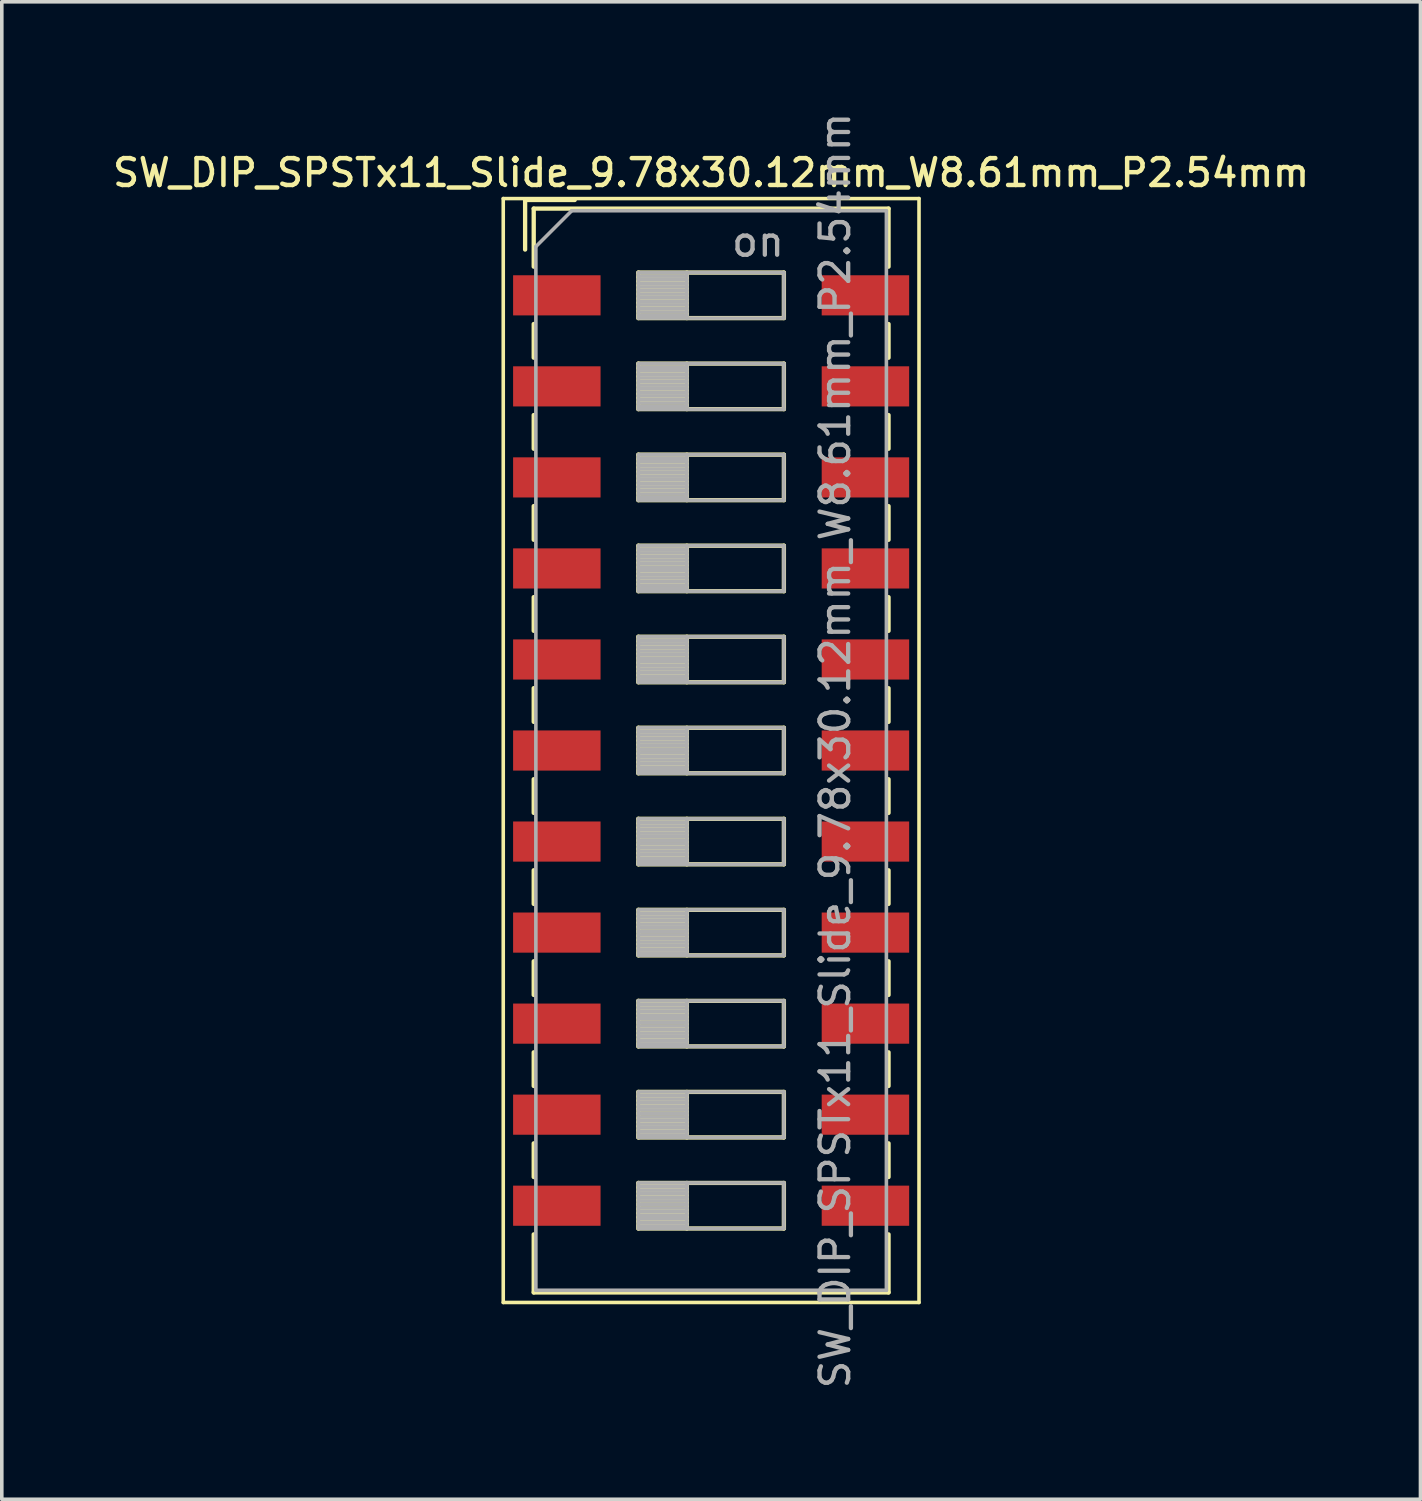
<source format=kicad_pcb>
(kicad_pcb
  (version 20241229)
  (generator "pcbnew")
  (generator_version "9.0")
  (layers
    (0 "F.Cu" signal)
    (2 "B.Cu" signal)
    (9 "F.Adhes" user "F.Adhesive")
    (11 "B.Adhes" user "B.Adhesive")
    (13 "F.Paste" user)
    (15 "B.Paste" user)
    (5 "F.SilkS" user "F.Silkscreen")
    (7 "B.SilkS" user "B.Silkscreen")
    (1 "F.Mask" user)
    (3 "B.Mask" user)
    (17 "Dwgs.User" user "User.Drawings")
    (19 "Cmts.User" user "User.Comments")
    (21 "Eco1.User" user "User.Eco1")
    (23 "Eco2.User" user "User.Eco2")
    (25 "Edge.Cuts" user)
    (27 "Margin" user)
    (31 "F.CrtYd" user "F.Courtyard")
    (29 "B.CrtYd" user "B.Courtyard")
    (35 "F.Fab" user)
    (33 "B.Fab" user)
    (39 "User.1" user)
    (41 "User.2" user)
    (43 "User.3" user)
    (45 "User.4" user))
  (footprint "SW_DIP_SPSTx11_Slide_9.78x30.12mm_W8.61mm_P2.54mm"
    (layer "F.Cu")
    (at 16.791 17.89)
    (property "Reference" "SW_DIP_SPSTx11_Slide_9.78x30.12mm_W8.61mm_P2.54mm" (at 0 -16.12 0) (layer "F.SilkS") (effects (font (size 0.75 0.75) (thickness 0.125))))
    (attr smd)
    (fp_line (start -5.8 -15.4) (end -5.8 15.4) (stroke (width 0.1) (type solid)) (layer "F.SilkS"))
    (fp_line (start -5.8 15.4) (end 5.8 15.4) (stroke (width 0.1) (type solid)) (layer "F.SilkS"))
    (fp_line (start -5.19 -15.36) (end -5.19 -13.977) (stroke (width 0.12) (type solid)) (layer "F.SilkS"))
    (fp_line (start -5.19 -15.36) (end -3.806 -15.36) (stroke (width 0.12) (type solid)) (layer "F.SilkS"))
    (fp_line (start -4.95 -15.12) (end -4.95 -13.5) (stroke (width 0.12) (type solid)) (layer "F.SilkS"))
    (fp_line (start -4.95 -15.12) (end 4.95 -15.12) (stroke (width 0.12) (type solid)) (layer "F.SilkS"))
    (fp_line (start -4.95 -11.9) (end -4.95 -10.96) (stroke (width 0.12) (type solid)) (layer "F.SilkS"))
    (fp_line (start -4.95 -9.36) (end -4.95 -8.42) (stroke (width 0.12) (type solid)) (layer "F.SilkS"))
    (fp_line (start -4.95 -6.82) (end -4.95 -5.88) (stroke (width 0.12) (type solid)) (layer "F.SilkS"))
    (fp_line (start -4.95 -4.28) (end -4.95 -3.34) (stroke (width 0.12) (type solid)) (layer "F.SilkS"))
    (fp_line (start -4.95 -1.74) (end -4.95 -0.8) (stroke (width 0.12) (type solid)) (layer "F.SilkS"))
    (fp_line (start -4.95 0.8) (end -4.95 1.74) (stroke (width 0.12) (type solid)) (layer "F.SilkS"))
    (fp_line (start -4.95 3.34) (end -4.95 4.28) (stroke (width 0.12) (type solid)) (layer "F.SilkS"))
    (fp_line (start -4.95 5.88) (end -4.95 6.82) (stroke (width 0.12) (type solid)) (layer "F.SilkS"))
    (fp_line (start -4.95 8.42) (end -4.95 9.36) (stroke (width 0.12) (type solid)) (layer "F.SilkS"))
    (fp_line (start -4.95 10.96) (end -4.95 11.9) (stroke (width 0.12) (type solid)) (layer "F.SilkS"))
    (fp_line (start -4.95 13.5) (end -4.95 15.12) (stroke (width 0.12) (type solid)) (layer "F.SilkS"))
    (fp_line (start -4.95 15.12) (end 4.95 15.12) (stroke (width 0.12) (type solid)) (layer "F.SilkS"))
    (fp_line (start -2.03 -13.335) (end -2.03 -12.065) (stroke (width 0.12) (type solid)) (layer "F.SilkS"))
    (fp_line (start -2.03 -13.215) (end -0.677 -13.215) (stroke (width 0.12) (type solid)) (layer "F.SilkS"))
    (fp_line (start -2.03 -13.095) (end -0.677 -13.095) (stroke (width 0.12) (type solid)) (layer "F.SilkS"))
    (fp_line (start -2.03 -12.975) (end -0.677 -12.975) (stroke (width 0.12) (type solid)) (layer "F.SilkS"))
    (fp_line (start -2.03 -12.855) (end -0.677 -12.855) (stroke (width 0.12) (type solid)) (layer "F.SilkS"))
    (fp_line (start -2.03 -12.735) (end -0.677 -12.735) (stroke (width 0.12) (type solid)) (layer "F.SilkS"))
    (fp_line (start -2.03 -12.615) (end -0.677 -12.615) (stroke (width 0.12) (type solid)) (layer "F.SilkS"))
    (fp_line (start -2.03 -12.495) (end -0.677 -12.495) (stroke (width 0.12) (type solid)) (layer "F.SilkS"))
    (fp_line (start -2.03 -12.375) (end -0.677 -12.375) (stroke (width 0.12) (type solid)) (layer "F.SilkS"))
    (fp_line (start -2.03 -12.255) (end -0.677 -12.255) (stroke (width 0.12) (type solid)) (layer "F.SilkS"))
    (fp_line (start -2.03 -12.135) (end -0.677 -12.135) (stroke (width 0.12) (type solid)) (layer "F.SilkS"))
    (fp_line (start -2.03 -12.065) (end 2.03 -12.065) (stroke (width 0.12) (type solid)) (layer "F.SilkS"))
    (fp_line (start -2.03 -10.795) (end -2.03 -9.525) (stroke (width 0.12) (type solid)) (layer "F.SilkS"))
    (fp_line (start -2.03 -10.675) (end -0.677 -10.675) (stroke (width 0.12) (type solid)) (layer "F.SilkS"))
    (fp_line (start -2.03 -10.555) (end -0.677 -10.555) (stroke (width 0.12) (type solid)) (layer "F.SilkS"))
    (fp_line (start -2.03 -10.435) (end -0.677 -10.435) (stroke (width 0.12) (type solid)) (layer "F.SilkS"))
    (fp_line (start -2.03 -10.315) (end -0.677 -10.315) (stroke (width 0.12) (type solid)) (layer "F.SilkS"))
    (fp_line (start -2.03 -10.195) (end -0.677 -10.195) (stroke (width 0.12) (type solid)) (layer "F.SilkS"))
    (fp_line (start -2.03 -10.075) (end -0.677 -10.075) (stroke (width 0.12) (type solid)) (layer "F.SilkS"))
    (fp_line (start -2.03 -9.955) (end -0.677 -9.955) (stroke (width 0.12) (type solid)) (layer "F.SilkS"))
    (fp_line (start -2.03 -9.835) (end -0.677 -9.835) (stroke (width 0.12) (type solid)) (layer "F.SilkS"))
    (fp_line (start -2.03 -9.715) (end -0.677 -9.715) (stroke (width 0.12) (type solid)) (layer "F.SilkS"))
    (fp_line (start -2.03 -9.595) (end -0.677 -9.595) (stroke (width 0.12) (type solid)) (layer "F.SilkS"))
    (fp_line (start -2.03 -9.525) (end 2.03 -9.525) (stroke (width 0.12) (type solid)) (layer "F.SilkS"))
    (fp_line (start -2.03 -8.255) (end -2.03 -6.985) (stroke (width 0.12) (type solid)) (layer "F.SilkS"))
    (fp_line (start -2.03 -8.135) (end -0.677 -8.135) (stroke (width 0.12) (type solid)) (layer "F.SilkS"))
    (fp_line (start -2.03 -8.015) (end -0.677 -8.015) (stroke (width 0.12) (type solid)) (layer "F.SilkS"))
    (fp_line (start -2.03 -7.895) (end -0.677 -7.895) (stroke (width 0.12) (type solid)) (layer "F.SilkS"))
    (fp_line (start -2.03 -7.775) (end -0.677 -7.775) (stroke (width 0.12) (type solid)) (layer "F.SilkS"))
    (fp_line (start -2.03 -7.655) (end -0.677 -7.655) (stroke (width 0.12) (type solid)) (layer "F.SilkS"))
    (fp_line (start -2.03 -7.535) (end -0.677 -7.535) (stroke (width 0.12) (type solid)) (layer "F.SilkS"))
    (fp_line (start -2.03 -7.415) (end -0.677 -7.415) (stroke (width 0.12) (type solid)) (layer "F.SilkS"))
    (fp_line (start -2.03 -7.295) (end -0.677 -7.295) (stroke (width 0.12) (type solid)) (layer "F.SilkS"))
    (fp_line (start -2.03 -7.175) (end -0.677 -7.175) (stroke (width 0.12) (type solid)) (layer "F.SilkS"))
    (fp_line (start -2.03 -7.055) (end -0.677 -7.055) (stroke (width 0.12) (type solid)) (layer "F.SilkS"))
    (fp_line (start -2.03 -6.985) (end 2.03 -6.985) (stroke (width 0.12) (type solid)) (layer "F.SilkS"))
    (fp_line (start -2.03 -5.715) (end -2.03 -4.445) (stroke (width 0.12) (type solid)) (layer "F.SilkS"))
    (fp_line (start -2.03 -5.595) (end -0.677 -5.595) (stroke (width 0.12) (type solid)) (layer "F.SilkS"))
    (fp_line (start -2.03 -5.475) (end -0.677 -5.475) (stroke (width 0.12) (type solid)) (layer "F.SilkS"))
    (fp_line (start -2.03 -5.355) (end -0.677 -5.355) (stroke (width 0.12) (type solid)) (layer "F.SilkS"))
    (fp_line (start -2.03 -5.235) (end -0.677 -5.235) (stroke (width 0.12) (type solid)) (layer "F.SilkS"))
    (fp_line (start -2.03 -5.115) (end -0.677 -5.115) (stroke (width 0.12) (type solid)) (layer "F.SilkS"))
    (fp_line (start -2.03 -4.995) (end -0.677 -4.995) (stroke (width 0.12) (type solid)) (layer "F.SilkS"))
    (fp_line (start -2.03 -4.875) (end -0.677 -4.875) (stroke (width 0.12) (type solid)) (layer "F.SilkS"))
    (fp_line (start -2.03 -4.755) (end -0.677 -4.755) (stroke (width 0.12) (type solid)) (layer "F.SilkS"))
    (fp_line (start -2.03 -4.635) (end -0.677 -4.635) (stroke (width 0.12) (type solid)) (layer "F.SilkS"))
    (fp_line (start -2.03 -4.515) (end -0.677 -4.515) (stroke (width 0.12) (type solid)) (layer "F.SilkS"))
    (fp_line (start -2.03 -4.445) (end 2.03 -4.445) (stroke (width 0.12) (type solid)) (layer "F.SilkS"))
    (fp_line (start -2.03 -3.175) (end -2.03 -1.905) (stroke (width 0.12) (type solid)) (layer "F.SilkS"))
    (fp_line (start -2.03 -3.055) (end -0.677 -3.055) (stroke (width 0.12) (type solid)) (layer "F.SilkS"))
    (fp_line (start -2.03 -2.935) (end -0.677 -2.935) (stroke (width 0.12) (type solid)) (layer "F.SilkS"))
    (fp_line (start -2.03 -2.815) (end -0.677 -2.815) (stroke (width 0.12) (type solid)) (layer "F.SilkS"))
    (fp_line (start -2.03 -2.695) (end -0.677 -2.695) (stroke (width 0.12) (type solid)) (layer "F.SilkS"))
    (fp_line (start -2.03 -2.575) (end -0.677 -2.575) (stroke (width 0.12) (type solid)) (layer "F.SilkS"))
    (fp_line (start -2.03 -2.455) (end -0.677 -2.455) (stroke (width 0.12) (type solid)) (layer "F.SilkS"))
    (fp_line (start -2.03 -2.335) (end -0.677 -2.335) (stroke (width 0.12) (type solid)) (layer "F.SilkS"))
    (fp_line (start -2.03 -2.215) (end -0.677 -2.215) (stroke (width 0.12) (type solid)) (layer "F.SilkS"))
    (fp_line (start -2.03 -2.095) (end -0.677 -2.095) (stroke (width 0.12) (type solid)) (layer "F.SilkS"))
    (fp_line (start -2.03 -1.975) (end -0.677 -1.975) (stroke (width 0.12) (type solid)) (layer "F.SilkS"))
    (fp_line (start -2.03 -1.905) (end 2.03 -1.905) (stroke (width 0.12) (type solid)) (layer "F.SilkS"))
    (fp_line (start -2.03 -0.635) (end -2.03 0.635) (stroke (width 0.12) (type solid)) (layer "F.SilkS"))
    (fp_line (start -2.03 -0.515) (end -0.677 -0.515) (stroke (width 0.12) (type solid)) (layer "F.SilkS"))
    (fp_line (start -2.03 -0.395) (end -0.677 -0.395) (stroke (width 0.12) (type solid)) (layer "F.SilkS"))
    (fp_line (start -2.03 -0.275) (end -0.677 -0.275) (stroke (width 0.12) (type solid)) (layer "F.SilkS"))
    (fp_line (start -2.03 -0.155) (end -0.677 -0.155) (stroke (width 0.12) (type solid)) (layer "F.SilkS"))
    (fp_line (start -2.03 -0.035) (end -0.677 -0.035) (stroke (width 0.12) (type solid)) (layer "F.SilkS"))
    (fp_line (start -2.03 0.085) (end -0.677 0.085) (stroke (width 0.12) (type solid)) (layer "F.SilkS"))
    (fp_line (start -2.03 0.205) (end -0.677 0.205) (stroke (width 0.12) (type solid)) (layer "F.SilkS"))
    (fp_line (start -2.03 0.325) (end -0.677 0.325) (stroke (width 0.12) (type solid)) (layer "F.SilkS"))
    (fp_line (start -2.03 0.445) (end -0.677 0.445) (stroke (width 0.12) (type solid)) (layer "F.SilkS"))
    (fp_line (start -2.03 0.565) (end -0.677 0.565) (stroke (width 0.12) (type solid)) (layer "F.SilkS"))
    (fp_line (start -2.03 0.635) (end 2.03 0.635) (stroke (width 0.12) (type solid)) (layer "F.SilkS"))
    (fp_line (start -2.03 1.905) (end -2.03 3.175) (stroke (width 0.12) (type solid)) (layer "F.SilkS"))
    (fp_line (start -2.03 2.025) (end -0.677 2.025) (stroke (width 0.12) (type solid)) (layer "F.SilkS"))
    (fp_line (start -2.03 2.145) (end -0.677 2.145) (stroke (width 0.12) (type solid)) (layer "F.SilkS"))
    (fp_line (start -2.03 2.265) (end -0.677 2.265) (stroke (width 0.12) (type solid)) (layer "F.SilkS"))
    (fp_line (start -2.03 2.385) (end -0.677 2.385) (stroke (width 0.12) (type solid)) (layer "F.SilkS"))
    (fp_line (start -2.03 2.505) (end -0.677 2.505) (stroke (width 0.12) (type solid)) (layer "F.SilkS"))
    (fp_line (start -2.03 2.625) (end -0.677 2.625) (stroke (width 0.12) (type solid)) (layer "F.SilkS"))
    (fp_line (start -2.03 2.745) (end -0.677 2.745) (stroke (width 0.12) (type solid)) (layer "F.SilkS"))
    (fp_line (start -2.03 2.865) (end -0.677 2.865) (stroke (width 0.12) (type solid)) (layer "F.SilkS"))
    (fp_line (start -2.03 2.985) (end -0.677 2.985) (stroke (width 0.12) (type solid)) (layer "F.SilkS"))
    (fp_line (start -2.03 3.105) (end -0.677 3.105) (stroke (width 0.12) (type solid)) (layer "F.SilkS"))
    (fp_line (start -2.03 3.175) (end 2.03 3.175) (stroke (width 0.12) (type solid)) (layer "F.SilkS"))
    (fp_line (start -2.03 4.445) (end -2.03 5.715) (stroke (width 0.12) (type solid)) (layer "F.SilkS"))
    (fp_line (start -2.03 4.565) (end -0.677 4.565) (stroke (width 0.12) (type solid)) (layer "F.SilkS"))
    (fp_line (start -2.03 4.685) (end -0.677 4.685) (stroke (width 0.12) (type solid)) (layer "F.SilkS"))
    (fp_line (start -2.03 4.805) (end -0.677 4.805) (stroke (width 0.12) (type solid)) (layer "F.SilkS"))
    (fp_line (start -2.03 4.925) (end -0.677 4.925) (stroke (width 0.12) (type solid)) (layer "F.SilkS"))
    (fp_line (start -2.03 5.045) (end -0.677 5.045) (stroke (width 0.12) (type solid)) (layer "F.SilkS"))
    (fp_line (start -2.03 5.165) (end -0.677 5.165) (stroke (width 0.12) (type solid)) (layer "F.SilkS"))
    (fp_line (start -2.03 5.285) (end -0.677 5.285) (stroke (width 0.12) (type solid)) (layer "F.SilkS"))
    (fp_line (start -2.03 5.405) (end -0.677 5.405) (stroke (width 0.12) (type solid)) (layer "F.SilkS"))
    (fp_line (start -2.03 5.525) (end -0.677 5.525) (stroke (width 0.12) (type solid)) (layer "F.SilkS"))
    (fp_line (start -2.03 5.645) (end -0.677 5.645) (stroke (width 0.12) (type solid)) (layer "F.SilkS"))
    (fp_line (start -2.03 5.715) (end 2.03 5.715) (stroke (width 0.12) (type solid)) (layer "F.SilkS"))
    (fp_line (start -2.03 6.985) (end -2.03 8.255) (stroke (width 0.12) (type solid)) (layer "F.SilkS"))
    (fp_line (start -2.03 7.105) (end -0.677 7.105) (stroke (width 0.12) (type solid)) (layer "F.SilkS"))
    (fp_line (start -2.03 7.225) (end -0.677 7.225) (stroke (width 0.12) (type solid)) (layer "F.SilkS"))
    (fp_line (start -2.03 7.345) (end -0.677 7.345) (stroke (width 0.12) (type solid)) (layer "F.SilkS"))
    (fp_line (start -2.03 7.465) (end -0.677 7.465) (stroke (width 0.12) (type solid)) (layer "F.SilkS"))
    (fp_line (start -2.03 7.585) (end -0.677 7.585) (stroke (width 0.12) (type solid)) (layer "F.SilkS"))
    (fp_line (start -2.03 7.705) (end -0.677 7.705) (stroke (width 0.12) (type solid)) (layer "F.SilkS"))
    (fp_line (start -2.03 7.825) (end -0.677 7.825) (stroke (width 0.12) (type solid)) (layer "F.SilkS"))
    (fp_line (start -2.03 7.945) (end -0.677 7.945) (stroke (width 0.12) (type solid)) (layer "F.SilkS"))
    (fp_line (start -2.03 8.065) (end -0.677 8.065) (stroke (width 0.12) (type solid)) (layer "F.SilkS"))
    (fp_line (start -2.03 8.185) (end -0.677 8.185) (stroke (width 0.12) (type solid)) (layer "F.SilkS"))
    (fp_line (start -2.03 8.255) (end 2.03 8.255) (stroke (width 0.12) (type solid)) (layer "F.SilkS"))
    (fp_line (start -2.03 9.525) (end -2.03 10.795) (stroke (width 0.12) (type solid)) (layer "F.SilkS"))
    (fp_line (start -2.03 9.645) (end -0.677 9.645) (stroke (width 0.12) (type solid)) (layer "F.SilkS"))
    (fp_line (start -2.03 9.765) (end -0.677 9.765) (stroke (width 0.12) (type solid)) (layer "F.SilkS"))
    (fp_line (start -2.03 9.885) (end -0.677 9.885) (stroke (width 0.12) (type solid)) (layer "F.SilkS"))
    (fp_line (start -2.03 10.005) (end -0.677 10.005) (stroke (width 0.12) (type solid)) (layer "F.SilkS"))
    (fp_line (start -2.03 10.125) (end -0.677 10.125) (stroke (width 0.12) (type solid)) (layer "F.SilkS"))
    (fp_line (start -2.03 10.245) (end -0.677 10.245) (stroke (width 0.12) (type solid)) (layer "F.SilkS"))
    (fp_line (start -2.03 10.365) (end -0.677 10.365) (stroke (width 0.12) (type solid)) (layer "F.SilkS"))
    (fp_line (start -2.03 10.485) (end -0.677 10.485) (stroke (width 0.12) (type solid)) (layer "F.SilkS"))
    (fp_line (start -2.03 10.605) (end -0.677 10.605) (stroke (width 0.12) (type solid)) (layer "F.SilkS"))
    (fp_line (start -2.03 10.725) (end -0.677 10.725) (stroke (width 0.12) (type solid)) (layer "F.SilkS"))
    (fp_line (start -2.03 10.795) (end 2.03 10.795) (stroke (width 0.12) (type solid)) (layer "F.SilkS"))
    (fp_line (start -2.03 12.065) (end -2.03 13.335) (stroke (width 0.12) (type solid)) (layer "F.SilkS"))
    (fp_line (start -2.03 12.185) (end -0.677 12.185) (stroke (width 0.12) (type solid)) (layer "F.SilkS"))
    (fp_line (start -2.03 12.305) (end -0.677 12.305) (stroke (width 0.12) (type solid)) (layer "F.SilkS"))
    (fp_line (start -2.03 12.425) (end -0.677 12.425) (stroke (width 0.12) (type solid)) (layer "F.SilkS"))
    (fp_line (start -2.03 12.545) (end -0.677 12.545) (stroke (width 0.12) (type solid)) (layer "F.SilkS"))
    (fp_line (start -2.03 12.665) (end -0.677 12.665) (stroke (width 0.12) (type solid)) (layer "F.SilkS"))
    (fp_line (start -2.03 12.785) (end -0.677 12.785) (stroke (width 0.12) (type solid)) (layer "F.SilkS"))
    (fp_line (start -2.03 12.905) (end -0.677 12.905) (stroke (width 0.12) (type solid)) (layer "F.SilkS"))
    (fp_line (start -2.03 13.025) (end -0.677 13.025) (stroke (width 0.12) (type solid)) (layer "F.SilkS"))
    (fp_line (start -2.03 13.145) (end -0.677 13.145) (stroke (width 0.12) (type solid)) (layer "F.SilkS"))
    (fp_line (start -2.03 13.265) (end -0.677 13.265) (stroke (width 0.12) (type solid)) (layer "F.SilkS"))
    (fp_line (start -2.03 13.335) (end 2.03 13.335) (stroke (width 0.12) (type solid)) (layer "F.SilkS"))
    (fp_line (start -0.677 -13.335) (end -0.677 -12.065) (stroke (width 0.12) (type solid)) (layer "F.SilkS"))
    (fp_line (start -0.677 -10.795) (end -0.677 -9.525) (stroke (width 0.12) (type solid)) (layer "F.SilkS"))
    (fp_line (start -0.677 -8.255) (end -0.677 -6.985) (stroke (width 0.12) (type solid)) (layer "F.SilkS"))
    (fp_line (start -0.677 -5.715) (end -0.677 -4.445) (stroke (width 0.12) (type solid)) (layer "F.SilkS"))
    (fp_line (start -0.677 -3.175) (end -0.677 -1.905) (stroke (width 0.12) (type solid)) (layer "F.SilkS"))
    (fp_line (start -0.677 -0.635) (end -0.677 0.635) (stroke (width 0.12) (type solid)) (layer "F.SilkS"))
    (fp_line (start -0.677 1.905) (end -0.677 3.175) (stroke (width 0.12) (type solid)) (layer "F.SilkS"))
    (fp_line (start -0.677 4.445) (end -0.677 5.715) (stroke (width 0.12) (type solid)) (layer "F.SilkS"))
    (fp_line (start -0.677 6.985) (end -0.677 8.255) (stroke (width 0.12) (type solid)) (layer "F.SilkS"))
    (fp_line (start -0.677 9.525) (end -0.677 10.795) (stroke (width 0.12) (type solid)) (layer "F.SilkS"))
    (fp_line (start -0.677 12.065) (end -0.677 13.335) (stroke (width 0.12) (type solid)) (layer "F.SilkS"))
    (fp_line (start 2.03 -13.335) (end -2.03 -13.335) (stroke (width 0.12) (type solid)) (layer "F.SilkS"))
    (fp_line (start 2.03 -12.065) (end 2.03 -13.335) (stroke (width 0.12) (type solid)) (layer "F.SilkS"))
    (fp_line (start 2.03 -10.795) (end -2.03 -10.795) (stroke (width 0.12) (type solid)) (layer "F.SilkS"))
    (fp_line (start 2.03 -9.525) (end 2.03 -10.795) (stroke (width 0.12) (type solid)) (layer "F.SilkS"))
    (fp_line (start 2.03 -8.255) (end -2.03 -8.255) (stroke (width 0.12) (type solid)) (layer "F.SilkS"))
    (fp_line (start 2.03 -6.985) (end 2.03 -8.255) (stroke (width 0.12) (type solid)) (layer "F.SilkS"))
    (fp_line (start 2.03 -5.715) (end -2.03 -5.715) (stroke (width 0.12) (type solid)) (layer "F.SilkS"))
    (fp_line (start 2.03 -4.445) (end 2.03 -5.715) (stroke (width 0.12) (type solid)) (layer "F.SilkS"))
    (fp_line (start 2.03 -3.175) (end -2.03 -3.175) (stroke (width 0.12) (type solid)) (layer "F.SilkS"))
    (fp_line (start 2.03 -1.905) (end 2.03 -3.175) (stroke (width 0.12) (type solid)) (layer "F.SilkS"))
    (fp_line (start 2.03 -0.635) (end -2.03 -0.635) (stroke (width 0.12) (type solid)) (layer "F.SilkS"))
    (fp_line (start 2.03 0.635) (end 2.03 -0.635) (stroke (width 0.12) (type solid)) (layer "F.SilkS"))
    (fp_line (start 2.03 1.905) (end -2.03 1.905) (stroke (width 0.12) (type solid)) (layer "F.SilkS"))
    (fp_line (start 2.03 3.175) (end 2.03 1.905) (stroke (width 0.12) (type solid)) (layer "F.SilkS"))
    (fp_line (start 2.03 4.445) (end -2.03 4.445) (stroke (width 0.12) (type solid)) (layer "F.SilkS"))
    (fp_line (start 2.03 5.715) (end 2.03 4.445) (stroke (width 0.12) (type solid)) (layer "F.SilkS"))
    (fp_line (start 2.03 6.985) (end -2.03 6.985) (stroke (width 0.12) (type solid)) (layer "F.SilkS"))
    (fp_line (start 2.03 8.255) (end 2.03 6.985) (stroke (width 0.12) (type solid)) (layer "F.SilkS"))
    (fp_line (start 2.03 9.525) (end -2.03 9.525) (stroke (width 0.12) (type solid)) (layer "F.SilkS"))
    (fp_line (start 2.03 10.795) (end 2.03 9.525) (stroke (width 0.12) (type solid)) (layer "F.SilkS"))
    (fp_line (start 2.03 12.065) (end -2.03 12.065) (stroke (width 0.12) (type solid)) (layer "F.SilkS"))
    (fp_line (start 2.03 13.335) (end 2.03 12.065) (stroke (width 0.12) (type solid)) (layer "F.SilkS"))
    (fp_line (start 4.95 -15.12) (end 4.95 -13.5) (stroke (width 0.12) (type solid)) (layer "F.SilkS"))
    (fp_line (start 4.95 -11.899) (end 4.95 -10.959) (stroke (width 0.12) (type solid)) (layer "F.SilkS"))
    (fp_line (start 4.95 -9.359) (end 4.95 -8.419) (stroke (width 0.12) (type solid)) (layer "F.SilkS"))
    (fp_line (start 4.95 -6.819) (end 4.95 -5.879) (stroke (width 0.12) (type solid)) (layer "F.SilkS"))
    (fp_line (start 4.95 -4.279) (end 4.95 -3.339) (stroke (width 0.12) (type solid)) (layer "F.SilkS"))
    (fp_line (start 4.95 -1.739) (end 4.95 -0.799) (stroke (width 0.12) (type solid)) (layer "F.SilkS"))
    (fp_line (start 4.95 0.801) (end 4.95 1.741) (stroke (width 0.12) (type solid)) (layer "F.SilkS"))
    (fp_line (start 4.95 3.341) (end 4.95 4.28) (stroke (width 0.12) (type solid)) (layer "F.SilkS"))
    (fp_line (start 4.95 5.88) (end 4.95 6.82) (stroke (width 0.12) (type solid)) (layer "F.SilkS"))
    (fp_line (start 4.95 8.42) (end 4.95 9.36) (stroke (width 0.12) (type solid)) (layer "F.SilkS"))
    (fp_line (start 4.95 10.96) (end 4.95 11.9) (stroke (width 0.12) (type solid)) (layer "F.SilkS"))
    (fp_line (start 4.95 13.5) (end 4.95 15.12) (stroke (width 0.12) (type solid)) (layer "F.SilkS"))
    (fp_line (start 5.8 -15.4) (end -5.8 -15.4) (stroke (width 0.1) (type solid)) (layer "F.SilkS"))
    (fp_line (start 5.8 15.4) (end 5.8 -15.4) (stroke (width 0.1) (type solid)) (layer "F.SilkS"))
    (fp_line (start -4.89 -14.06) (end -3.89 -15.06) (stroke (width 0.1) (type solid)) (layer "F.Fab"))
    (fp_line (start -4.89 15.06) (end -4.89 -14.06) (stroke (width 0.1) (type solid)) (layer "F.Fab"))
    (fp_line (start -3.89 -15.06) (end 4.89 -15.06) (stroke (width 0.1) (type solid)) (layer "F.Fab"))
    (fp_line (start -2.03 -13.335) (end -2.03 -12.065) (stroke (width 0.1) (type solid)) (layer "F.Fab"))
    (fp_line (start -2.03 -13.235) (end -0.677 -13.235) (stroke (width 0.1) (type solid)) (layer "F.Fab"))
    (fp_line (start -2.03 -13.135) (end -0.677 -13.135) (stroke (width 0.1) (type solid)) (layer "F.Fab"))
    (fp_line (start -2.03 -13.035) (end -0.677 -13.035) (stroke (width 0.1) (type solid)) (layer "F.Fab"))
    (fp_line (start -2.03 -12.935) (end -0.677 -12.935) (stroke (width 0.1) (type solid)) (layer "F.Fab"))
    (fp_line (start -2.03 -12.835) (end -0.677 -12.835) (stroke (width 0.1) (type solid)) (layer "F.Fab"))
    (fp_line (start -2.03 -12.735) (end -0.677 -12.735) (stroke (width 0.1) (type solid)) (layer "F.Fab"))
    (fp_line (start -2.03 -12.635) (end -0.677 -12.635) (stroke (width 0.1) (type solid)) (layer "F.Fab"))
    (fp_line (start -2.03 -12.535) (end -0.677 -12.535) (stroke (width 0.1) (type solid)) (layer "F.Fab"))
    (fp_line (start -2.03 -12.435) (end -0.677 -12.435) (stroke (width 0.1) (type solid)) (layer "F.Fab"))
    (fp_line (start -2.03 -12.335) (end -0.677 -12.335) (stroke (width 0.1) (type solid)) (layer "F.Fab"))
    (fp_line (start -2.03 -12.235) (end -0.677 -12.235) (stroke (width 0.1) (type solid)) (layer "F.Fab"))
    (fp_line (start -2.03 -12.135) (end -0.677 -12.135) (stroke (width 0.1) (type solid)) (layer "F.Fab"))
    (fp_line (start -2.03 -12.065) (end 2.03 -12.065) (stroke (width 0.1) (type solid)) (layer "F.Fab"))
    (fp_line (start -2.03 -10.795) (end -2.03 -9.525) (stroke (width 0.1) (type solid)) (layer "F.Fab"))
    (fp_line (start -2.03 -10.695) (end -0.677 -10.695) (stroke (width 0.1) (type solid)) (layer "F.Fab"))
    (fp_line (start -2.03 -10.595) (end -0.677 -10.595) (stroke (width 0.1) (type solid)) (layer "F.Fab"))
    (fp_line (start -2.03 -10.495) (end -0.677 -10.495) (stroke (width 0.1) (type solid)) (layer "F.Fab"))
    (fp_line (start -2.03 -10.395) (end -0.677 -10.395) (stroke (width 0.1) (type solid)) (layer "F.Fab"))
    (fp_line (start -2.03 -10.295) (end -0.677 -10.295) (stroke (width 0.1) (type solid)) (layer "F.Fab"))
    (fp_line (start -2.03 -10.195) (end -0.677 -10.195) (stroke (width 0.1) (type solid)) (layer "F.Fab"))
    (fp_line (start -2.03 -10.095) (end -0.677 -10.095) (stroke (width 0.1) (type solid)) (layer "F.Fab"))
    (fp_line (start -2.03 -9.995) (end -0.677 -9.995) (stroke (width 0.1) (type solid)) (layer "F.Fab"))
    (fp_line (start -2.03 -9.895) (end -0.677 -9.895) (stroke (width 0.1) (type solid)) (layer "F.Fab"))
    (fp_line (start -2.03 -9.795) (end -0.677 -9.795) (stroke (width 0.1) (type solid)) (layer "F.Fab"))
    (fp_line (start -2.03 -9.695) (end -0.677 -9.695) (stroke (width 0.1) (type solid)) (layer "F.Fab"))
    (fp_line (start -2.03 -9.595) (end -0.677 -9.595) (stroke (width 0.1) (type solid)) (layer "F.Fab"))
    (fp_line (start -2.03 -9.525) (end 2.03 -9.525) (stroke (width 0.1) (type solid)) (layer "F.Fab"))
    (fp_line (start -2.03 -8.255) (end -2.03 -6.985) (stroke (width 0.1) (type solid)) (layer "F.Fab"))
    (fp_line (start -2.03 -8.155) (end -0.677 -8.155) (stroke (width 0.1) (type solid)) (layer "F.Fab"))
    (fp_line (start -2.03 -8.055) (end -0.677 -8.055) (stroke (width 0.1) (type solid)) (layer "F.Fab"))
    (fp_line (start -2.03 -7.955) (end -0.677 -7.955) (stroke (width 0.1) (type solid)) (layer "F.Fab"))
    (fp_line (start -2.03 -7.855) (end -0.677 -7.855) (stroke (width 0.1) (type solid)) (layer "F.Fab"))
    (fp_line (start -2.03 -7.755) (end -0.677 -7.755) (stroke (width 0.1) (type solid)) (layer "F.Fab"))
    (fp_line (start -2.03 -7.655) (end -0.677 -7.655) (stroke (width 0.1) (type solid)) (layer "F.Fab"))
    (fp_line (start -2.03 -7.555) (end -0.677 -7.555) (stroke (width 0.1) (type solid)) (layer "F.Fab"))
    (fp_line (start -2.03 -7.455) (end -0.677 -7.455) (stroke (width 0.1) (type solid)) (layer "F.Fab"))
    (fp_line (start -2.03 -7.355) (end -0.677 -7.355) (stroke (width 0.1) (type solid)) (layer "F.Fab"))
    (fp_line (start -2.03 -7.255) (end -0.677 -7.255) (stroke (width 0.1) (type solid)) (layer "F.Fab"))
    (fp_line (start -2.03 -7.155) (end -0.677 -7.155) (stroke (width 0.1) (type solid)) (layer "F.Fab"))
    (fp_line (start -2.03 -7.055) (end -0.677 -7.055) (stroke (width 0.1) (type solid)) (layer "F.Fab"))
    (fp_line (start -2.03 -6.985) (end 2.03 -6.985) (stroke (width 0.1) (type solid)) (layer "F.Fab"))
    (fp_line (start -2.03 -5.715) (end -2.03 -4.445) (stroke (width 0.1) (type solid)) (layer "F.Fab"))
    (fp_line (start -2.03 -5.615) (end -0.677 -5.615) (stroke (width 0.1) (type solid)) (layer "F.Fab"))
    (fp_line (start -2.03 -5.515) (end -0.677 -5.515) (stroke (width 0.1) (type solid)) (layer "F.Fab"))
    (fp_line (start -2.03 -5.415) (end -0.677 -5.415) (stroke (width 0.1) (type solid)) (layer "F.Fab"))
    (fp_line (start -2.03 -5.315) (end -0.677 -5.315) (stroke (width 0.1) (type solid)) (layer "F.Fab"))
    (fp_line (start -2.03 -5.215) (end -0.677 -5.215) (stroke (width 0.1) (type solid)) (layer "F.Fab"))
    (fp_line (start -2.03 -5.115) (end -0.677 -5.115) (stroke (width 0.1) (type solid)) (layer "F.Fab"))
    (fp_line (start -2.03 -5.015) (end -0.677 -5.015) (stroke (width 0.1) (type solid)) (layer "F.Fab"))
    (fp_line (start -2.03 -4.915) (end -0.677 -4.915) (stroke (width 0.1) (type solid)) (layer "F.Fab"))
    (fp_line (start -2.03 -4.815) (end -0.677 -4.815) (stroke (width 0.1) (type solid)) (layer "F.Fab"))
    (fp_line (start -2.03 -4.715) (end -0.677 -4.715) (stroke (width 0.1) (type solid)) (layer "F.Fab"))
    (fp_line (start -2.03 -4.615) (end -0.677 -4.615) (stroke (width 0.1) (type solid)) (layer "F.Fab"))
    (fp_line (start -2.03 -4.515) (end -0.677 -4.515) (stroke (width 0.1) (type solid)) (layer "F.Fab"))
    (fp_line (start -2.03 -4.445) (end 2.03 -4.445) (stroke (width 0.1) (type solid)) (layer "F.Fab"))
    (fp_line (start -2.03 -3.175) (end -2.03 -1.905) (stroke (width 0.1) (type solid)) (layer "F.Fab"))
    (fp_line (start -2.03 -3.075) (end -0.677 -3.075) (stroke (width 0.1) (type solid)) (layer "F.Fab"))
    (fp_line (start -2.03 -2.975) (end -0.677 -2.975) (stroke (width 0.1) (type solid)) (layer "F.Fab"))
    (fp_line (start -2.03 -2.875) (end -0.677 -2.875) (stroke (width 0.1) (type solid)) (layer "F.Fab"))
    (fp_line (start -2.03 -2.775) (end -0.677 -2.775) (stroke (width 0.1) (type solid)) (layer "F.Fab"))
    (fp_line (start -2.03 -2.675) (end -0.677 -2.675) (stroke (width 0.1) (type solid)) (layer "F.Fab"))
    (fp_line (start -2.03 -2.575) (end -0.677 -2.575) (stroke (width 0.1) (type solid)) (layer "F.Fab"))
    (fp_line (start -2.03 -2.475) (end -0.677 -2.475) (stroke (width 0.1) (type solid)) (layer "F.Fab"))
    (fp_line (start -2.03 -2.375) (end -0.677 -2.375) (stroke (width 0.1) (type solid)) (layer "F.Fab"))
    (fp_line (start -2.03 -2.275) (end -0.677 -2.275) (stroke (width 0.1) (type solid)) (layer "F.Fab"))
    (fp_line (start -2.03 -2.175) (end -0.677 -2.175) (stroke (width 0.1) (type solid)) (layer "F.Fab"))
    (fp_line (start -2.03 -2.075) (end -0.677 -2.075) (stroke (width 0.1) (type solid)) (layer "F.Fab"))
    (fp_line (start -2.03 -1.975) (end -0.677 -1.975) (stroke (width 0.1) (type solid)) (layer "F.Fab"))
    (fp_line (start -2.03 -1.905) (end 2.03 -1.905) (stroke (width 0.1) (type solid)) (layer "F.Fab"))
    (fp_line (start -2.03 -0.635) (end -2.03 0.635) (stroke (width 0.1) (type solid)) (layer "F.Fab"))
    (fp_line (start -2.03 -0.535) (end -0.677 -0.535) (stroke (width 0.1) (type solid)) (layer "F.Fab"))
    (fp_line (start -2.03 -0.435) (end -0.677 -0.435) (stroke (width 0.1) (type solid)) (layer "F.Fab"))
    (fp_line (start -2.03 -0.335) (end -0.677 -0.335) (stroke (width 0.1) (type solid)) (layer "F.Fab"))
    (fp_line (start -2.03 -0.235) (end -0.677 -0.235) (stroke (width 0.1) (type solid)) (layer "F.Fab"))
    (fp_line (start -2.03 -0.135) (end -0.677 -0.135) (stroke (width 0.1) (type solid)) (layer "F.Fab"))
    (fp_line (start -2.03 -0.035) (end -0.677 -0.035) (stroke (width 0.1) (type solid)) (layer "F.Fab"))
    (fp_line (start -2.03 0.065) (end -0.677 0.065) (stroke (width 0.1) (type solid)) (layer "F.Fab"))
    (fp_line (start -2.03 0.165) (end -0.677 0.165) (stroke (width 0.1) (type solid)) (layer "F.Fab"))
    (fp_line (start -2.03 0.265) (end -0.677 0.265) (stroke (width 0.1) (type solid)) (layer "F.Fab"))
    (fp_line (start -2.03 0.365) (end -0.677 0.365) (stroke (width 0.1) (type solid)) (layer "F.Fab"))
    (fp_line (start -2.03 0.465) (end -0.677 0.465) (stroke (width 0.1) (type solid)) (layer "F.Fab"))
    (fp_line (start -2.03 0.565) (end -0.677 0.565) (stroke (width 0.1) (type solid)) (layer "F.Fab"))
    (fp_line (start -2.03 0.635) (end 2.03 0.635) (stroke (width 0.1) (type solid)) (layer "F.Fab"))
    (fp_line (start -2.03 1.905) (end -2.03 3.175) (stroke (width 0.1) (type solid)) (layer "F.Fab"))
    (fp_line (start -2.03 2.005) (end -0.677 2.005) (stroke (width 0.1) (type solid)) (layer "F.Fab"))
    (fp_line (start -2.03 2.105) (end -0.677 2.105) (stroke (width 0.1) (type solid)) (layer "F.Fab"))
    (fp_line (start -2.03 2.205) (end -0.677 2.205) (stroke (width 0.1) (type solid)) (layer "F.Fab"))
    (fp_line (start -2.03 2.305) (end -0.677 2.305) (stroke (width 0.1) (type solid)) (layer "F.Fab"))
    (fp_line (start -2.03 2.405) (end -0.677 2.405) (stroke (width 0.1) (type solid)) (layer "F.Fab"))
    (fp_line (start -2.03 2.505) (end -0.677 2.505) (stroke (width 0.1) (type solid)) (layer "F.Fab"))
    (fp_line (start -2.03 2.605) (end -0.677 2.605) (stroke (width 0.1) (type solid)) (layer "F.Fab"))
    (fp_line (start -2.03 2.705) (end -0.677 2.705) (stroke (width 0.1) (type solid)) (layer "F.Fab"))
    (fp_line (start -2.03 2.805) (end -0.677 2.805) (stroke (width 0.1) (type solid)) (layer "F.Fab"))
    (fp_line (start -2.03 2.905) (end -0.677 2.905) (stroke (width 0.1) (type solid)) (layer "F.Fab"))
    (fp_line (start -2.03 3.005) (end -0.677 3.005) (stroke (width 0.1) (type solid)) (layer "F.Fab"))
    (fp_line (start -2.03 3.105) (end -0.677 3.105) (stroke (width 0.1) (type solid)) (layer "F.Fab"))
    (fp_line (start -2.03 3.175) (end 2.03 3.175) (stroke (width 0.1) (type solid)) (layer "F.Fab"))
    (fp_line (start -2.03 4.445) (end -2.03 5.715) (stroke (width 0.1) (type solid)) (layer "F.Fab"))
    (fp_line (start -2.03 4.545) (end -0.677 4.545) (stroke (width 0.1) (type solid)) (layer "F.Fab"))
    (fp_line (start -2.03 4.645) (end -0.677 4.645) (stroke (width 0.1) (type solid)) (layer "F.Fab"))
    (fp_line (start -2.03 4.745) (end -0.677 4.745) (stroke (width 0.1) (type solid)) (layer "F.Fab"))
    (fp_line (start -2.03 4.845) (end -0.677 4.845) (stroke (width 0.1) (type solid)) (layer "F.Fab"))
    (fp_line (start -2.03 4.945) (end -0.677 4.945) (stroke (width 0.1) (type solid)) (layer "F.Fab"))
    (fp_line (start -2.03 5.045) (end -0.677 5.045) (stroke (width 0.1) (type solid)) (layer "F.Fab"))
    (fp_line (start -2.03 5.145) (end -0.677 5.145) (stroke (width 0.1) (type solid)) (layer "F.Fab"))
    (fp_line (start -2.03 5.245) (end -0.677 5.245) (stroke (width 0.1) (type solid)) (layer "F.Fab"))
    (fp_line (start -2.03 5.345) (end -0.677 5.345) (stroke (width 0.1) (type solid)) (layer "F.Fab"))
    (fp_line (start -2.03 5.445) (end -0.677 5.445) (stroke (width 0.1) (type solid)) (layer "F.Fab"))
    (fp_line (start -2.03 5.545) (end -0.677 5.545) (stroke (width 0.1) (type solid)) (layer "F.Fab"))
    (fp_line (start -2.03 5.645) (end -0.677 5.645) (stroke (width 0.1) (type solid)) (layer "F.Fab"))
    (fp_line (start -2.03 5.715) (end 2.03 5.715) (stroke (width 0.1) (type solid)) (layer "F.Fab"))
    (fp_line (start -2.03 6.985) (end -2.03 8.255) (stroke (width 0.1) (type solid)) (layer "F.Fab"))
    (fp_line (start -2.03 7.085) (end -0.677 7.085) (stroke (width 0.1) (type solid)) (layer "F.Fab"))
    (fp_line (start -2.03 7.185) (end -0.677 7.185) (stroke (width 0.1) (type solid)) (layer "F.Fab"))
    (fp_line (start -2.03 7.285) (end -0.677 7.285) (stroke (width 0.1) (type solid)) (layer "F.Fab"))
    (fp_line (start -2.03 7.385) (end -0.677 7.385) (stroke (width 0.1) (type solid)) (layer "F.Fab"))
    (fp_line (start -2.03 7.485) (end -0.677 7.485) (stroke (width 0.1) (type solid)) (layer "F.Fab"))
    (fp_line (start -2.03 7.585) (end -0.677 7.585) (stroke (width 0.1) (type solid)) (layer "F.Fab"))
    (fp_line (start -2.03 7.685) (end -0.677 7.685) (stroke (width 0.1) (type solid)) (layer "F.Fab"))
    (fp_line (start -2.03 7.785) (end -0.677 7.785) (stroke (width 0.1) (type solid)) (layer "F.Fab"))
    (fp_line (start -2.03 7.885) (end -0.677 7.885) (stroke (width 0.1) (type solid)) (layer "F.Fab"))
    (fp_line (start -2.03 7.985) (end -0.677 7.985) (stroke (width 0.1) (type solid)) (layer "F.Fab"))
    (fp_line (start -2.03 8.085) (end -0.677 8.085) (stroke (width 0.1) (type solid)) (layer "F.Fab"))
    (fp_line (start -2.03 8.185) (end -0.677 8.185) (stroke (width 0.1) (type solid)) (layer "F.Fab"))
    (fp_line (start -2.03 8.255) (end 2.03 8.255) (stroke (width 0.1) (type solid)) (layer "F.Fab"))
    (fp_line (start -2.03 9.525) (end -2.03 10.795) (stroke (width 0.1) (type solid)) (layer "F.Fab"))
    (fp_line (start -2.03 9.625) (end -0.677 9.625) (stroke (width 0.1) (type solid)) (layer "F.Fab"))
    (fp_line (start -2.03 9.725) (end -0.677 9.725) (stroke (width 0.1) (type solid)) (layer "F.Fab"))
    (fp_line (start -2.03 9.825) (end -0.677 9.825) (stroke (width 0.1) (type solid)) (layer "F.Fab"))
    (fp_line (start -2.03 9.925) (end -0.677 9.925) (stroke (width 0.1) (type solid)) (layer "F.Fab"))
    (fp_line (start -2.03 10.025) (end -0.677 10.025) (stroke (width 0.1) (type solid)) (layer "F.Fab"))
    (fp_line (start -2.03 10.125) (end -0.677 10.125) (stroke (width 0.1) (type solid)) (layer "F.Fab"))
    (fp_line (start -2.03 10.225) (end -0.677 10.225) (stroke (width 0.1) (type solid)) (layer "F.Fab"))
    (fp_line (start -2.03 10.325) (end -0.677 10.325) (stroke (width 0.1) (type solid)) (layer "F.Fab"))
    (fp_line (start -2.03 10.425) (end -0.677 10.425) (stroke (width 0.1) (type solid)) (layer "F.Fab"))
    (fp_line (start -2.03 10.525) (end -0.677 10.525) (stroke (width 0.1) (type solid)) (layer "F.Fab"))
    (fp_line (start -2.03 10.625) (end -0.677 10.625) (stroke (width 0.1) (type solid)) (layer "F.Fab"))
    (fp_line (start -2.03 10.725) (end -0.677 10.725) (stroke (width 0.1) (type solid)) (layer "F.Fab"))
    (fp_line (start -2.03 10.795) (end 2.03 10.795) (stroke (width 0.1) (type solid)) (layer "F.Fab"))
    (fp_line (start -2.03 12.065) (end -2.03 13.335) (stroke (width 0.1) (type solid)) (layer "F.Fab"))
    (fp_line (start -2.03 12.165) (end -0.677 12.165) (stroke (width 0.1) (type solid)) (layer "F.Fab"))
    (fp_line (start -2.03 12.265) (end -0.677 12.265) (stroke (width 0.1) (type solid)) (layer "F.Fab"))
    (fp_line (start -2.03 12.365) (end -0.677 12.365) (stroke (width 0.1) (type solid)) (layer "F.Fab"))
    (fp_line (start -2.03 12.465) (end -0.677 12.465) (stroke (width 0.1) (type solid)) (layer "F.Fab"))
    (fp_line (start -2.03 12.565) (end -0.677 12.565) (stroke (width 0.1) (type solid)) (layer "F.Fab"))
    (fp_line (start -2.03 12.665) (end -0.677 12.665) (stroke (width 0.1) (type solid)) (layer "F.Fab"))
    (fp_line (start -2.03 12.765) (end -0.677 12.765) (stroke (width 0.1) (type solid)) (layer "F.Fab"))
    (fp_line (start -2.03 12.865) (end -0.677 12.865) (stroke (width 0.1) (type solid)) (layer "F.Fab"))
    (fp_line (start -2.03 12.965) (end -0.677 12.965) (stroke (width 0.1) (type solid)) (layer "F.Fab"))
    (fp_line (start -2.03 13.065) (end -0.677 13.065) (stroke (width 0.1) (type solid)) (layer "F.Fab"))
    (fp_line (start -2.03 13.165) (end -0.677 13.165) (stroke (width 0.1) (type solid)) (layer "F.Fab"))
    (fp_line (start -2.03 13.265) (end -0.677 13.265) (stroke (width 0.1) (type solid)) (layer "F.Fab"))
    (fp_line (start -2.03 13.335) (end 2.03 13.335) (stroke (width 0.1) (type solid)) (layer "F.Fab"))
    (fp_line (start -0.677 -13.335) (end -0.677 -12.065) (stroke (width 0.1) (type solid)) (layer "F.Fab"))
    (fp_line (start -0.677 -10.795) (end -0.677 -9.525) (stroke (width 0.1) (type solid)) (layer "F.Fab"))
    (fp_line (start -0.677 -8.255) (end -0.677 -6.985) (stroke (width 0.1) (type solid)) (layer "F.Fab"))
    (fp_line (start -0.677 -5.715) (end -0.677 -4.445) (stroke (width 0.1) (type solid)) (layer "F.Fab"))
    (fp_line (start -0.677 -3.175) (end -0.677 -1.905) (stroke (width 0.1) (type solid)) (layer "F.Fab"))
    (fp_line (start -0.677 -0.635) (end -0.677 0.635) (stroke (width 0.1) (type solid)) (layer "F.Fab"))
    (fp_line (start -0.677 1.905) (end -0.677 3.175) (stroke (width 0.1) (type solid)) (layer "F.Fab"))
    (fp_line (start -0.677 4.445) (end -0.677 5.715) (stroke (width 0.1) (type solid)) (layer "F.Fab"))
    (fp_line (start -0.677 6.985) (end -0.677 8.255) (stroke (width 0.1) (type solid)) (layer "F.Fab"))
    (fp_line (start -0.677 9.525) (end -0.677 10.795) (stroke (width 0.1) (type solid)) (layer "F.Fab"))
    (fp_line (start -0.677 12.065) (end -0.677 13.335) (stroke (width 0.1) (type solid)) (layer "F.Fab"))
    (fp_line (start 2.03 -13.335) (end -2.03 -13.335) (stroke (width 0.1) (type solid)) (layer "F.Fab"))
    (fp_line (start 2.03 -12.065) (end 2.03 -13.335) (stroke (width 0.1) (type solid)) (layer "F.Fab"))
    (fp_line (start 2.03 -10.795) (end -2.03 -10.795) (stroke (width 0.1) (type solid)) (layer "F.Fab"))
    (fp_line (start 2.03 -9.525) (end 2.03 -10.795) (stroke (width 0.1) (type solid)) (layer "F.Fab"))
    (fp_line (start 2.03 -8.255) (end -2.03 -8.255) (stroke (width 0.1) (type solid)) (layer "F.Fab"))
    (fp_line (start 2.03 -6.985) (end 2.03 -8.255) (stroke (width 0.1) (type solid)) (layer "F.Fab"))
    (fp_line (start 2.03 -5.715) (end -2.03 -5.715) (stroke (width 0.1) (type solid)) (layer "F.Fab"))
    (fp_line (start 2.03 -4.445) (end 2.03 -5.715) (stroke (width 0.1) (type solid)) (layer "F.Fab"))
    (fp_line (start 2.03 -3.175) (end -2.03 -3.175) (stroke (width 0.1) (type solid)) (layer "F.Fab"))
    (fp_line (start 2.03 -1.905) (end 2.03 -3.175) (stroke (width 0.1) (type solid)) (layer "F.Fab"))
    (fp_line (start 2.03 -0.635) (end -2.03 -0.635) (stroke (width 0.1) (type solid)) (layer "F.Fab"))
    (fp_line (start 2.03 0.635) (end 2.03 -0.635) (stroke (width 0.1) (type solid)) (layer "F.Fab"))
    (fp_line (start 2.03 1.905) (end -2.03 1.905) (stroke (width 0.1) (type solid)) (layer "F.Fab"))
    (fp_line (start 2.03 3.175) (end 2.03 1.905) (stroke (width 0.1) (type solid)) (layer "F.Fab"))
    (fp_line (start 2.03 4.445) (end -2.03 4.445) (stroke (width 0.1) (type solid)) (layer "F.Fab"))
    (fp_line (start 2.03 5.715) (end 2.03 4.445) (stroke (width 0.1) (type solid)) (layer "F.Fab"))
    (fp_line (start 2.03 6.985) (end -2.03 6.985) (stroke (width 0.1) (type solid)) (layer "F.Fab"))
    (fp_line (start 2.03 8.255) (end 2.03 6.985) (stroke (width 0.1) (type solid)) (layer "F.Fab"))
    (fp_line (start 2.03 9.525) (end -2.03 9.525) (stroke (width 0.1) (type solid)) (layer "F.Fab"))
    (fp_line (start 2.03 10.795) (end 2.03 9.525) (stroke (width 0.1) (type solid)) (layer "F.Fab"))
    (fp_line (start 2.03 12.065) (end -2.03 12.065) (stroke (width 0.1) (type solid)) (layer "F.Fab"))
    (fp_line (start 2.03 13.335) (end 2.03 12.065) (stroke (width 0.1) (type solid)) (layer "F.Fab"))
    (fp_line (start 4.89 -15.06) (end 4.89 15.06) (stroke (width 0.1) (type solid)) (layer "F.Fab"))
    (fp_line (start 4.89 15.06) (end -4.89 15.06) (stroke (width 0.1) (type solid)) (layer "F.Fab"))
    (fp_text user "on" (at 1.308 -14.197 0) (layer "F.Fab") (effects (font (size 0.8 0.8) (thickness 0.12))))
    (fp_text user "${REFERENCE}" (at 3.46 0 90) (layer "F.Fab") (effects (font (size 0.8 0.8) (thickness 0.12))))
    (pad "1" smd rect (at -4.305 -12.7) (size 2.44 1.12) (layers "F.Cu" "F.Mask" "F.Paste"))
    (pad "2" smd rect (at -4.305 -10.16) (size 2.44 1.12) (layers "F.Cu" "F.Mask" "F.Paste"))
    (pad "3" smd rect (at -4.305 -7.62) (size 2.44 1.12) (layers "F.Cu" "F.Mask" "F.Paste"))
    (pad "4" smd rect (at -4.305 -5.08) (size 2.44 1.12) (layers "F.Cu" "F.Mask" "F.Paste"))
    (pad "5" smd rect (at -4.305 -2.54) (size 2.44 1.12) (layers "F.Cu" "F.Mask" "F.Paste"))
    (pad "6" smd rect (at -4.305 0) (size 2.44 1.12) (layers "F.Cu" "F.Mask" "F.Paste"))
    (pad "7" smd rect (at -4.305 2.54) (size 2.44 1.12) (layers "F.Cu" "F.Mask" "F.Paste"))
    (pad "8" smd rect (at -4.305 5.08) (size 2.44 1.12) (layers "F.Cu" "F.Mask" "F.Paste"))
    (pad "9" smd rect (at -4.305 7.62) (size 2.44 1.12) (layers "F.Cu" "F.Mask" "F.Paste"))
    (pad "10" smd rect (at -4.305 10.16) (size 2.44 1.12) (layers "F.Cu" "F.Mask" "F.Paste"))
    (pad "11" smd rect (at -4.305 12.7) (size 2.44 1.12) (layers "F.Cu" "F.Mask" "F.Paste"))
    (pad "12" smd rect (at 4.305 12.7) (size 2.44 1.12) (layers "F.Cu" "F.Mask" "F.Paste"))
    (pad "13" smd rect (at 4.305 10.16) (size 2.44 1.12) (layers "F.Cu" "F.Mask" "F.Paste"))
    (pad "14" smd rect (at 4.305 7.62) (size 2.44 1.12) (layers "F.Cu" "F.Mask" "F.Paste"))
    (pad "15" smd rect (at 4.305 5.08) (size 2.44 1.12) (layers "F.Cu" "F.Mask" "F.Paste"))
    (pad "16" smd rect (at 4.305 2.54) (size 2.44 1.12) (layers "F.Cu" "F.Mask" "F.Paste"))
    (pad "17" smd rect (at 4.305 0) (size 2.44 1.12) (layers "F.Cu" "F.Mask" "F.Paste"))
    (pad "18" smd rect (at 4.305 -2.54) (size 2.44 1.12) (layers "F.Cu" "F.Mask" "F.Paste"))
    (pad "19" smd rect (at 4.305 -5.08) (size 2.44 1.12) (layers "F.Cu" "F.Mask" "F.Paste"))
    (pad "20" smd rect (at 4.305 -7.62) (size 2.44 1.12) (layers "F.Cu" "F.Mask" "F.Paste"))
    (pad "21" smd rect (at 4.305 -10.16) (size 2.44 1.12) (layers "F.Cu" "F.Mask" "F.Paste"))
    (pad "22" smd rect (at 4.305 -12.7) (size 2.44 1.12) (layers "F.Cu" "F.Mask" "F.Paste")))
  (gr_rect
    (start -3 -3)
    (end 36.582 38.781)
    (stroke (width 0.1) (type default))
    (fill no)
    (layer "Edge.Cuts")))
</source>
